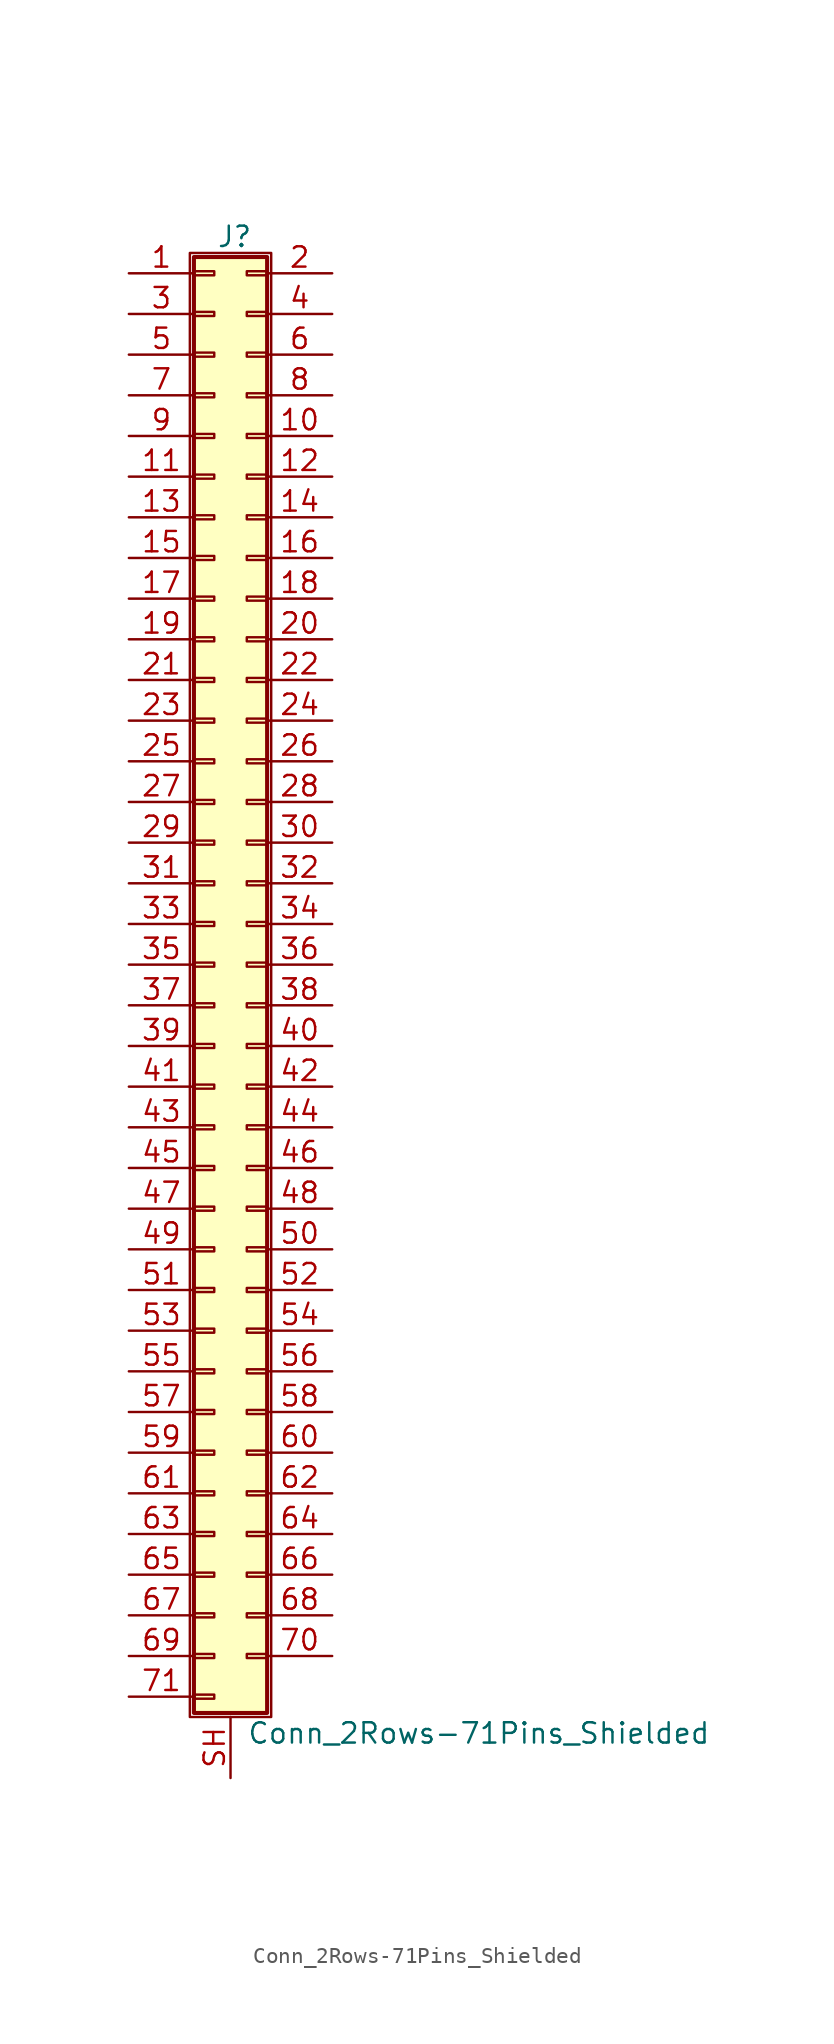
<source format=kicad_sym>
(kicad_symbol_lib
  (version 20220914)
  (generator kicad_symbol_editor)
  (symbol "Conn_2Rows-71Pins_Shielded"
    (pin_names
      (offset 1.016) hide)
    (property "Reference" "J"
      (at 1.524 45.466 0)
      (effects (font (size 1.27 1.27))))
    (property "Value" "Conn_2Rows-71Pins_Shielded"
      (at 2.286 -48.006 0)
      (effects (font (size 1.27 1.27)) (justify left)))
    (symbol "Conn_2Rows-71Pins_Shielded_1_1"
      (rectangle (start -1.27 44.45) (end 3.81 -46.99) (stroke (width 0.152) (type default)) (fill (type none)))
      (rectangle (start -1.016 -45.593) (end 0.254 -45.847) (stroke (width 0.152) (type default)) (fill (type none)))
      (rectangle (start -1.016 -43.053) (end 0.254 -43.307) (stroke (width 0.152) (type default)) (fill (type none)))
      (rectangle (start -1.016 -40.513) (end 0.254 -40.767) (stroke (width 0.152) (type default)) (fill (type none)))
      (rectangle (start -1.016 -37.973) (end 0.254 -38.227) (stroke (width 0.152) (type default)) (fill (type none)))
      (rectangle (start -1.016 -35.433) (end 0.254 -35.687) (stroke (width 0.152) (type default)) (fill (type none)))
      (rectangle (start -1.016 -32.893) (end 0.254 -33.147) (stroke (width 0.152) (type default)) (fill (type none)))
      (rectangle (start -1.016 -30.353) (end 0.254 -30.607) (stroke (width 0.152) (type default)) (fill (type none)))
      (rectangle (start -1.016 -27.813) (end 0.254 -28.067) (stroke (width 0.152) (type default)) (fill (type none)))
      (rectangle (start -1.016 -25.273) (end 0.254 -25.527) (stroke (width 0.152) (type default)) (fill (type none)))
      (rectangle (start -1.016 -22.733) (end 0.254 -22.987) (stroke (width 0.152) (type default)) (fill (type none)))
      (rectangle (start -1.016 -20.193) (end 0.254 -20.447) (stroke (width 0.152) (type default)) (fill (type none)))
      (rectangle (start -1.016 -17.653) (end 0.254 -17.907) (stroke (width 0.152) (type default)) (fill (type none)))
      (rectangle (start -1.016 -15.113) (end 0.254 -15.367) (stroke (width 0.152) (type default)) (fill (type none)))
      (rectangle (start -1.016 -12.573) (end 0.254 -12.827) (stroke (width 0.152) (type default)) (fill (type none)))
      (rectangle (start -1.016 -10.033) (end 0.254 -10.287) (stroke (width 0.152) (type default)) (fill (type none)))
      (rectangle (start -1.016 -7.493) (end 0.254 -7.747) (stroke (width 0.152) (type default)) (fill (type none)))
      (rectangle (start -1.016 -4.953) (end 0.254 -5.207) (stroke (width 0.152) (type default)) (fill (type none)))
      (rectangle (start -1.016 -2.413) (end 0.254 -2.667) (stroke (width 0.152) (type default)) (fill (type none)))
      (rectangle (start -1.016 0.127) (end 0.254 -0.127) (stroke (width 0.152) (type default)) (fill (type none)))
      (rectangle (start -1.016 2.667) (end 0.254 2.413) (stroke (width 0.152) (type default)) (fill (type none)))
      (rectangle (start -1.016 5.207) (end 0.254 4.953) (stroke (width 0.152) (type default)) (fill (type none)))
      (rectangle (start -1.016 7.747) (end 0.254 7.493) (stroke (width 0.152) (type default)) (fill (type none)))
      (rectangle (start -1.016 10.287) (end 0.254 10.033) (stroke (width 0.152) (type default)) (fill (type none)))
      (rectangle (start -1.016 12.827) (end 0.254 12.573) (stroke (width 0.152) (type default)) (fill (type none)))
      (rectangle (start -1.016 15.367) (end 0.254 15.113) (stroke (width 0.152) (type default)) (fill (type none)))
      (rectangle (start -1.016 17.907) (end 0.254 17.653) (stroke (width 0.152) (type default)) (fill (type none)))
      (rectangle (start -1.016 20.447) (end 0.254 20.193) (stroke (width 0.152) (type default)) (fill (type none)))
      (rectangle (start -1.016 22.987) (end 0.254 22.733) (stroke (width 0.152) (type default)) (fill (type none)))
      (rectangle (start -1.016 25.527) (end 0.254 25.273) (stroke (width 0.152) (type default)) (fill (type none)))
      (rectangle (start -1.016 28.067) (end 0.254 27.813) (stroke (width 0.152) (type default)) (fill (type none)))
      (rectangle (start -1.016 30.607) (end 0.254 30.353) (stroke (width 0.152) (type default)) (fill (type none)))
      (rectangle (start -1.016 33.147) (end 0.254 32.893) (stroke (width 0.152) (type default)) (fill (type none)))
      (rectangle (start -1.016 35.687) (end 0.254 35.433) (stroke (width 0.152) (type default)) (fill (type none)))
      (rectangle (start -1.016 38.227) (end 0.254 37.973) (stroke (width 0.152) (type default)) (fill (type none)))
      (rectangle (start -1.016 40.767) (end 0.254 40.513) (stroke (width 0.152) (type default)) (fill (type none)))
      (rectangle (start -1.016 43.307) (end 0.254 43.053) (stroke (width 0.152) (type default)) (fill (type none)))
      (rectangle (start -1.016 44.196) (end 3.556 -46.736) (stroke (width 0.254) (type default)) (fill (type background)))
      (rectangle (start 3.556 -43.053) (end 2.286 -43.307) (stroke (width 0.152) (type default)) (fill (type none)))
      (rectangle (start 3.556 -40.513) (end 2.286 -40.767) (stroke (width 0.152) (type default)) (fill (type none)))
      (rectangle (start 3.556 -37.973) (end 2.286 -38.227) (stroke (width 0.152) (type default)) (fill (type none)))
      (rectangle (start 3.556 -35.433) (end 2.286 -35.687) (stroke (width 0.152) (type default)) (fill (type none)))
      (rectangle (start 3.556 -32.893) (end 2.286 -33.147) (stroke (width 0.152) (type default)) (fill (type none)))
      (rectangle (start 3.556 -30.353) (end 2.286 -30.607) (stroke (width 0.152) (type default)) (fill (type none)))
      (rectangle (start 3.556 -27.813) (end 2.286 -28.067) (stroke (width 0.152) (type default)) (fill (type none)))
      (rectangle (start 3.556 -25.273) (end 2.286 -25.527) (stroke (width 0.152) (type default)) (fill (type none)))
      (rectangle (start 3.556 -22.733) (end 2.286 -22.987) (stroke (width 0.152) (type default)) (fill (type none)))
      (rectangle (start 3.556 -20.193) (end 2.286 -20.447) (stroke (width 0.152) (type default)) (fill (type none)))
      (rectangle (start 3.556 -17.653) (end 2.286 -17.907) (stroke (width 0.152) (type default)) (fill (type none)))
      (rectangle (start 3.556 -15.113) (end 2.286 -15.367) (stroke (width 0.152) (type default)) (fill (type none)))
      (rectangle (start 3.556 -12.573) (end 2.286 -12.827) (stroke (width 0.152) (type default)) (fill (type none)))
      (rectangle (start 3.556 -10.033) (end 2.286 -10.287) (stroke (width 0.152) (type default)) (fill (type none)))
      (rectangle (start 3.556 -7.493) (end 2.286 -7.747) (stroke (width 0.152) (type default)) (fill (type none)))
      (rectangle (start 3.556 -4.953) (end 2.286 -5.207) (stroke (width 0.152) (type default)) (fill (type none)))
      (rectangle (start 3.556 -2.413) (end 2.286 -2.667) (stroke (width 0.152) (type default)) (fill (type none)))
      (rectangle (start 3.556 0.127) (end 2.286 -0.127) (stroke (width 0.152) (type default)) (fill (type none)))
      (rectangle (start 3.556 2.667) (end 2.286 2.413) (stroke (width 0.152) (type default)) (fill (type none)))
      (rectangle (start 3.556 5.207) (end 2.286 4.953) (stroke (width 0.152) (type default)) (fill (type none)))
      (rectangle (start 3.556 7.747) (end 2.286 7.493) (stroke (width 0.152) (type default)) (fill (type none)))
      (rectangle (start 3.556 10.287) (end 2.286 10.033) (stroke (width 0.152) (type default)) (fill (type none)))
      (rectangle (start 3.556 12.827) (end 2.286 12.573) (stroke (width 0.152) (type default)) (fill (type none)))
      (rectangle (start 3.556 15.367) (end 2.286 15.113) (stroke (width 0.152) (type default)) (fill (type none)))
      (rectangle (start 3.556 17.907) (end 2.286 17.653) (stroke (width 0.152) (type default)) (fill (type none)))
      (rectangle (start 3.556 20.447) (end 2.286 20.193) (stroke (width 0.152) (type default)) (fill (type none)))
      (rectangle (start 3.556 22.987) (end 2.286 22.733) (stroke (width 0.152) (type default)) (fill (type none)))
      (rectangle (start 3.556 25.527) (end 2.286 25.273) (stroke (width 0.152) (type default)) (fill (type none)))
      (rectangle (start 3.556 28.067) (end 2.286 27.813) (stroke (width 0.152) (type default)) (fill (type none)))
      (rectangle (start 3.556 30.607) (end 2.286 30.353) (stroke (width 0.152) (type default)) (fill (type none)))
      (rectangle (start 3.556 33.147) (end 2.286 32.893) (stroke (width 0.152) (type default)) (fill (type none)))
      (rectangle (start 3.556 35.687) (end 2.286 35.433) (stroke (width 0.152) (type default)) (fill (type none)))
      (rectangle (start 3.556 38.227) (end 2.286 37.973) (stroke (width 0.152) (type default)) (fill (type none)))
      (rectangle (start 3.556 40.767) (end 2.286 40.513) (stroke (width 0.152) (type default)) (fill (type none)))
      (rectangle (start 3.556 43.307) (end 2.286 43.053) (stroke (width 0.152) (type default)) (fill (type none)))
      (pin passive line (at -5.08 43.18 0) (length 4.064) (name "Pin_1" (effects (font (size 1.27 1.27)))) (number "1" (effects (font (size 1.27 1.27)))))
      (pin passive line (at 7.62 33.02 180) (length 4.064) (name "Pin_10" (effects (font (size 1.27 1.27)))) (number "10" (effects (font (size 1.27 1.27)))))
      (pin passive line (at -5.08 30.48 0) (length 4.064) (name "Pin_11" (effects (font (size 1.27 1.27)))) (number "11" (effects (font (size 1.27 1.27)))))
      (pin passive line (at 7.62 30.48 180) (length 4.064) (name "Pin_12" (effects (font (size 1.27 1.27)))) (number "12" (effects (font (size 1.27 1.27)))))
      (pin passive line (at -5.08 27.94 0) (length 4.064) (name "Pin_13" (effects (font (size 1.27 1.27)))) (number "13" (effects (font (size 1.27 1.27)))))
      (pin passive line (at 7.62 27.94 180) (length 4.064) (name "Pin_14" (effects (font (size 1.27 1.27)))) (number "14" (effects (font (size 1.27 1.27)))))
      (pin passive line (at -5.08 25.4 0) (length 4.064) (name "Pin_15" (effects (font (size 1.27 1.27)))) (number "15" (effects (font (size 1.27 1.27)))))
      (pin passive line (at 7.62 25.4 180) (length 4.064) (name "Pin_16" (effects (font (size 1.27 1.27)))) (number "16" (effects (font (size 1.27 1.27)))))
      (pin passive line (at -5.08 22.86 0) (length 4.064) (name "Pin_17" (effects (font (size 1.27 1.27)))) (number "17" (effects (font (size 1.27 1.27)))))
      (pin passive line (at 7.62 22.86 180) (length 4.064) (name "Pin_18" (effects (font (size 1.27 1.27)))) (number "18" (effects (font (size 1.27 1.27)))))
      (pin passive line (at -5.08 20.32 0) (length 4.064) (name "Pin_19" (effects (font (size 1.27 1.27)))) (number "19" (effects (font (size 1.27 1.27)))))
      (pin passive line (at 7.62 43.18 180) (length 4.064) (name "Pin_2" (effects (font (size 1.27 1.27)))) (number "2" (effects (font (size 1.27 1.27)))))
      (pin passive line (at 7.62 20.32 180) (length 4.064) (name "Pin_20" (effects (font (size 1.27 1.27)))) (number "20" (effects (font (size 1.27 1.27)))))
      (pin passive line (at -5.08 17.78 0) (length 4.064) (name "Pin_21" (effects (font (size 1.27 1.27)))) (number "21" (effects (font (size 1.27 1.27)))))
      (pin passive line (at 7.62 17.78 180) (length 4.064) (name "Pin_22" (effects (font (size 1.27 1.27)))) (number "22" (effects (font (size 1.27 1.27)))))
      (pin passive line (at -5.08 15.24 0) (length 4.064) (name "Pin_23" (effects (font (size 1.27 1.27)))) (number "23" (effects (font (size 1.27 1.27)))))
      (pin passive line (at 7.62 15.24 180) (length 4.064) (name "Pin_24" (effects (font (size 1.27 1.27)))) (number "24" (effects (font (size 1.27 1.27)))))
      (pin passive line (at -5.08 12.7 0) (length 4.064) (name "Pin_25" (effects (font (size 1.27 1.27)))) (number "25" (effects (font (size 1.27 1.27)))))
      (pin passive line (at 7.62 12.7 180) (length 4.064) (name "Pin_26" (effects (font (size 1.27 1.27)))) (number "26" (effects (font (size 1.27 1.27)))))
      (pin passive line (at -5.08 10.16 0) (length 4.064) (name "Pin_27" (effects (font (size 1.27 1.27)))) (number "27" (effects (font (size 1.27 1.27)))))
      (pin passive line (at 7.62 10.16 180) (length 4.064) (name "Pin_28" (effects (font (size 1.27 1.27)))) (number "28" (effects (font (size 1.27 1.27)))))
      (pin passive line (at -5.08 7.62 0) (length 4.064) (name "Pin_29" (effects (font (size 1.27 1.27)))) (number "29" (effects (font (size 1.27 1.27)))))
      (pin passive line (at -5.08 40.64 0) (length 4.064) (name "Pin_3" (effects (font (size 1.27 1.27)))) (number "3" (effects (font (size 1.27 1.27)))))
      (pin passive line (at 7.62 7.62 180) (length 4.064) (name "Pin_30" (effects (font (size 1.27 1.27)))) (number "30" (effects (font (size 1.27 1.27)))))
      (pin passive line (at -5.08 5.08 0) (length 4.064) (name "Pin_31" (effects (font (size 1.27 1.27)))) (number "31" (effects (font (size 1.27 1.27)))))
      (pin passive line (at 7.62 5.08 180) (length 4.064) (name "Pin_32" (effects (font (size 1.27 1.27)))) (number "32" (effects (font (size 1.27 1.27)))))
      (pin passive line (at -5.08 2.54 0) (length 4.064) (name "Pin_33" (effects (font (size 1.27 1.27)))) (number "33" (effects (font (size 1.27 1.27)))))
      (pin passive line (at 7.62 2.54 180) (length 4.064) (name "Pin_34" (effects (font (size 1.27 1.27)))) (number "34" (effects (font (size 1.27 1.27)))))
      (pin passive line (at -5.08 0 0) (length 4.064) (name "Pin_35" (effects (font (size 1.27 1.27)))) (number "35" (effects (font (size 1.27 1.27)))))
      (pin passive line (at 7.62 0 180) (length 4.064) (name "Pin_36" (effects (font (size 1.27 1.27)))) (number "36" (effects (font (size 1.27 1.27)))))
      (pin passive line (at -5.08 -2.54 0) (length 4.064) (name "Pin_37" (effects (font (size 1.27 1.27)))) (number "37" (effects (font (size 1.27 1.27)))))
      (pin passive line (at 7.62 -2.54 180) (length 4.064) (name "Pin_38" (effects (font (size 1.27 1.27)))) (number "38" (effects (font (size 1.27 1.27)))))
      (pin passive line (at -5.08 -5.08 0) (length 4.064) (name "Pin_39" (effects (font (size 1.27 1.27)))) (number "39" (effects (font (size 1.27 1.27)))))
      (pin passive line (at 7.62 40.64 180) (length 4.064) (name "Pin_4" (effects (font (size 1.27 1.27)))) (number "4" (effects (font (size 1.27 1.27)))))
      (pin passive line (at 7.62 -5.08 180) (length 4.064) (name "Pin_40" (effects (font (size 1.27 1.27)))) (number "40" (effects (font (size 1.27 1.27)))))
      (pin passive line (at -5.08 -7.62 0) (length 4.064) (name "Pin_41" (effects (font (size 1.27 1.27)))) (number "41" (effects (font (size 1.27 1.27)))))
      (pin passive line (at 7.62 -7.62 180) (length 4.064) (name "Pin_42" (effects (font (size 1.27 1.27)))) (number "42" (effects (font (size 1.27 1.27)))))
      (pin passive line (at -5.08 -10.16 0) (length 4.064) (name "Pin_43" (effects (font (size 1.27 1.27)))) (number "43" (effects (font (size 1.27 1.27)))))
      (pin passive line (at 7.62 -10.16 180) (length 4.064) (name "Pin_44" (effects (font (size 1.27 1.27)))) (number "44" (effects (font (size 1.27 1.27)))))
      (pin passive line (at -5.08 -12.7 0) (length 4.064) (name "Pin_45" (effects (font (size 1.27 1.27)))) (number "45" (effects (font (size 1.27 1.27)))))
      (pin passive line (at 7.62 -12.7 180) (length 4.064) (name "Pin_46" (effects (font (size 1.27 1.27)))) (number "46" (effects (font (size 1.27 1.27)))))
      (pin passive line (at -5.08 -15.24 0) (length 4.064) (name "Pin_47" (effects (font (size 1.27 1.27)))) (number "47" (effects (font (size 1.27 1.27)))))
      (pin passive line (at 7.62 -15.24 180) (length 4.064) (name "Pin_48" (effects (font (size 1.27 1.27)))) (number "48" (effects (font (size 1.27 1.27)))))
      (pin passive line (at -5.08 -17.78 0) (length 4.064) (name "Pin_49" (effects (font (size 1.27 1.27)))) (number "49" (effects (font (size 1.27 1.27)))))
      (pin passive line (at -5.08 38.1 0) (length 4.064) (name "Pin_5" (effects (font (size 1.27 1.27)))) (number "5" (effects (font (size 1.27 1.27)))))
      (pin passive line (at 7.62 -17.78 180) (length 4.064) (name "Pin_50" (effects (font (size 1.27 1.27)))) (number "50" (effects (font (size 1.27 1.27)))))
      (pin passive line (at -5.08 -20.32 0) (length 4.064) (name "Pin_51" (effects (font (size 1.27 1.27)))) (number "51" (effects (font (size 1.27 1.27)))))
      (pin passive line (at 7.62 -20.32 180) (length 4.064) (name "Pin_52" (effects (font (size 1.27 1.27)))) (number "52" (effects (font (size 1.27 1.27)))))
      (pin passive line (at -5.08 -22.86 0) (length 4.064) (name "Pin_53" (effects (font (size 1.27 1.27)))) (number "53" (effects (font (size 1.27 1.27)))))
      (pin passive line (at 7.62 -22.86 180) (length 4.064) (name "Pin_54" (effects (font (size 1.27 1.27)))) (number "54" (effects (font (size 1.27 1.27)))))
      (pin passive line (at -5.08 -25.4 0) (length 4.064) (name "Pin_55" (effects (font (size 1.27 1.27)))) (number "55" (effects (font (size 1.27 1.27)))))
      (pin passive line (at 7.62 -25.4 180) (length 4.064) (name "Pin_56" (effects (font (size 1.27 1.27)))) (number "56" (effects (font (size 1.27 1.27)))))
      (pin passive line (at -5.08 -27.94 0) (length 4.064) (name "Pin_57" (effects (font (size 1.27 1.27)))) (number "57" (effects (font (size 1.27 1.27)))))
      (pin passive line (at 7.62 -27.94 180) (length 4.064) (name "Pin_58" (effects (font (size 1.27 1.27)))) (number "58" (effects (font (size 1.27 1.27)))))
      (pin passive line (at -5.08 -30.48 0) (length 4.064) (name "Pin_59" (effects (font (size 1.27 1.27)))) (number "59" (effects (font (size 1.27 1.27)))))
      (pin passive line (at 7.62 38.1 180) (length 4.064) (name "Pin_6" (effects (font (size 1.27 1.27)))) (number "6" (effects (font (size 1.27 1.27)))))
      (pin passive line (at 7.62 -30.48 180) (length 4.064) (name "Pin_60" (effects (font (size 1.27 1.27)))) (number "60" (effects (font (size 1.27 1.27)))))
      (pin passive line (at -5.08 -33.02 0) (length 4.064) (name "Pin_61" (effects (font (size 1.27 1.27)))) (number "61" (effects (font (size 1.27 1.27)))))
      (pin passive line (at 7.62 -33.02 180) (length 4.064) (name "Pin_62" (effects (font (size 1.27 1.27)))) (number "62" (effects (font (size 1.27 1.27)))))
      (pin passive line (at -5.08 -35.56 0) (length 4.064) (name "Pin_63" (effects (font (size 1.27 1.27)))) (number "63" (effects (font (size 1.27 1.27)))))
      (pin passive line (at 7.62 -35.56 180) (length 4.064) (name "Pin_64" (effects (font (size 1.27 1.27)))) (number "64" (effects (font (size 1.27 1.27)))))
      (pin passive line (at -5.08 -38.1 0) (length 4.064) (name "Pin_65" (effects (font (size 1.27 1.27)))) (number "65" (effects (font (size 1.27 1.27)))))
      (pin passive line (at 7.62 -38.1 180) (length 4.064) (name "Pin_66" (effects (font (size 1.27 1.27)))) (number "66" (effects (font (size 1.27 1.27)))))
      (pin passive line (at -5.08 -40.64 0) (length 4.064) (name "Pin_67" (effects (font (size 1.27 1.27)))) (number "67" (effects (font (size 1.27 1.27)))))
      (pin passive line (at 7.62 -40.64 180) (length 4.064) (name "Pin_68" (effects (font (size 1.27 1.27)))) (number "68" (effects (font (size 1.27 1.27)))))
      (pin passive line (at -5.08 -43.18 0) (length 4.064) (name "Pin_69" (effects (font (size 1.27 1.27)))) (number "69" (effects (font (size 1.27 1.27)))))
      (pin passive line (at -5.08 35.56 0) (length 4.064) (name "Pin_7" (effects (font (size 1.27 1.27)))) (number "7" (effects (font (size 1.27 1.27)))))
      (pin passive line (at 7.62 -43.18 180) (length 4.064) (name "Pin_70" (effects (font (size 1.27 1.27)))) (number "70" (effects (font (size 1.27 1.27)))))
      (pin passive line (at -5.08 -45.72 0) (length 4.064) (name "Pin_71" (effects (font (size 1.27 1.27)))) (number "71" (effects (font (size 1.27 1.27)))))
      (pin passive line (at 7.62 35.56 180) (length 4.064) (name "Pin_8" (effects (font (size 1.27 1.27)))) (number "8" (effects (font (size 1.27 1.27)))))
      (pin passive line (at -5.08 33.02 0) (length 4.064) (name "Pin_9" (effects (font (size 1.27 1.27)))) (number "9" (effects (font (size 1.27 1.27)))))
      (pin passive line (at 1.27 -50.8 90) (length 3.81) (name "Shield" (effects (font (size 1.27 1.27)))) (number "SH" (effects (font (size 1.27 1.27))))))))
</source>
